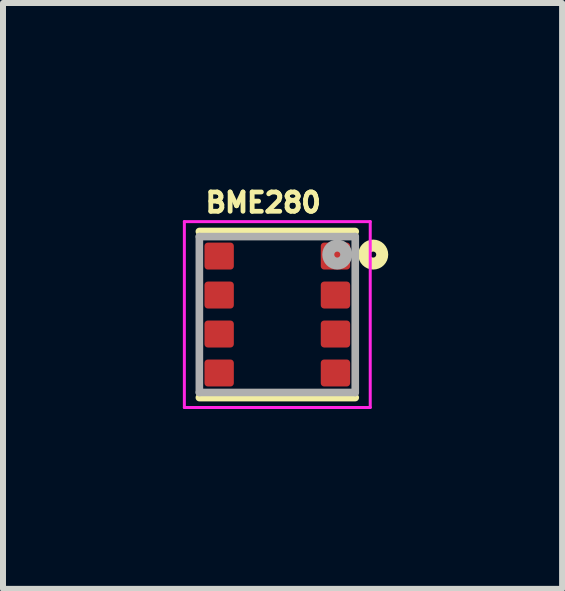
<source format=kicad_pcb>
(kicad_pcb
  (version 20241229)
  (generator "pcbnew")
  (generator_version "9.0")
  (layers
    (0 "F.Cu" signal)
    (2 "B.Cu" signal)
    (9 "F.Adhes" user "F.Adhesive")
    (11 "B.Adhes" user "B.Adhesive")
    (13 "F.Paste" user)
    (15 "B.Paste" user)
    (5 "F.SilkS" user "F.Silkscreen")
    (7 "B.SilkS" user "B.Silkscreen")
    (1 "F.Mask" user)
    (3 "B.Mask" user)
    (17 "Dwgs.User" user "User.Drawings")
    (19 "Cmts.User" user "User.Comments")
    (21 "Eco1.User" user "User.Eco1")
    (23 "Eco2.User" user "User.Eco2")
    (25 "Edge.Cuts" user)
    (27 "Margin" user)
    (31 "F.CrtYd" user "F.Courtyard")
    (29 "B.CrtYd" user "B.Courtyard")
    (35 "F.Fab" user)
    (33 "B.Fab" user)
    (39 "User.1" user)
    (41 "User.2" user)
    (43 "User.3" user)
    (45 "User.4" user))
  (footprint "BME280"
    (layer "F.Cu")
    (at 1.575 2.196)
    (property "Reference" "BME280" (at -0.235 -1.867 0) (layer "F.SilkS") (effects (font (size 0.322 0.322) (thickness 0.08))))
    (attr smd)
    (fp_line (start -1.3 -1.385) (end 1.3 -1.385) (stroke (width 0.127) (type solid)) (layer "F.SilkS"))
    (fp_line (start -1.3 1.385) (end 1.3 1.385) (stroke (width 0.127) (type solid)) (layer "F.SilkS"))
    (fp_circle (center 1.6 -1) (end 1.65 -1) (stroke (width 0.2) (type solid)) (fill no) (layer "F.SilkS"))
    (fp_line (start -1.55 -1.55) (end 1.55 -1.55) (stroke (width 0.05) (type solid)) (layer "F.CrtYd"))
    (fp_line (start -1.55 1.55) (end -1.55 -1.55) (stroke (width 0.05) (type solid)) (layer "F.CrtYd"))
    (fp_line (start 1.55 -1.55) (end 1.55 1.55) (stroke (width 0.05) (type solid)) (layer "F.CrtYd"))
    (fp_line (start 1.55 1.55) (end -1.55 1.55) (stroke (width 0.05) (type solid)) (layer "F.CrtYd"))
    (fp_line (start -1.3 -1.3) (end -1.3 1.3) (stroke (width 0.127) (type solid)) (layer "F.Fab"))
    (fp_line (start -1.3 1.3) (end 1.3 1.3) (stroke (width 0.127) (type solid)) (layer "F.Fab"))
    (fp_line (start 1.3 -1.3) (end -1.3 -1.3) (stroke (width 0.127) (type solid)) (layer "F.Fab"))
    (fp_line (start 1.3 1.3) (end 1.3 -1.3) (stroke (width 0.127) (type solid)) (layer "F.Fab"))
    (fp_circle (center 1 -1) (end 1.05 -1) (stroke (width 0.2) (type solid)) (fill no) (layer "F.Fab"))
    (pad "1" smd roundrect (at 0.97 -0.975) (size 0.49 0.45) (layers "F.Cu" "F.Mask" "F.Paste") (roundrect_rratio 0.125))
    (pad "2" smd roundrect (at 0.97 -0.325) (size 0.49 0.45) (layers "F.Cu" "F.Mask" "F.Paste") (roundrect_rratio 0.125))
    (pad "3" smd roundrect (at 0.97 0.325) (size 0.49 0.45) (layers "F.Cu" "F.Mask" "F.Paste") (roundrect_rratio 0.125))
    (pad "4" smd roundrect (at 0.97 0.975) (size 0.49 0.45) (layers "F.Cu" "F.Mask" "F.Paste") (roundrect_rratio 0.125))
    (pad "5" smd roundrect (at -0.97 0.975) (size 0.49 0.45) (layers "F.Cu" "F.Mask" "F.Paste") (roundrect_rratio 0.125))
    (pad "6" smd roundrect (at -0.97 0.325) (size 0.49 0.45) (layers "F.Cu" "F.Mask" "F.Paste") (roundrect_rratio 0.125))
    (pad "7" smd roundrect (at -0.97 -0.325) (size 0.49 0.45) (layers "F.Cu" "F.Mask" "F.Paste") (roundrect_rratio 0.125))
    (pad "8" smd roundrect (at -0.97 -0.975) (size 0.49 0.45) (layers "F.Cu" "F.Mask" "F.Paste") (roundrect_rratio 0.125)))
  (gr_rect
    (start -3 -3)
    (end 6.325 6.771)
    (stroke (width 0.1) (type default))
    (fill no)
    (layer "Edge.Cuts")))
</source>
